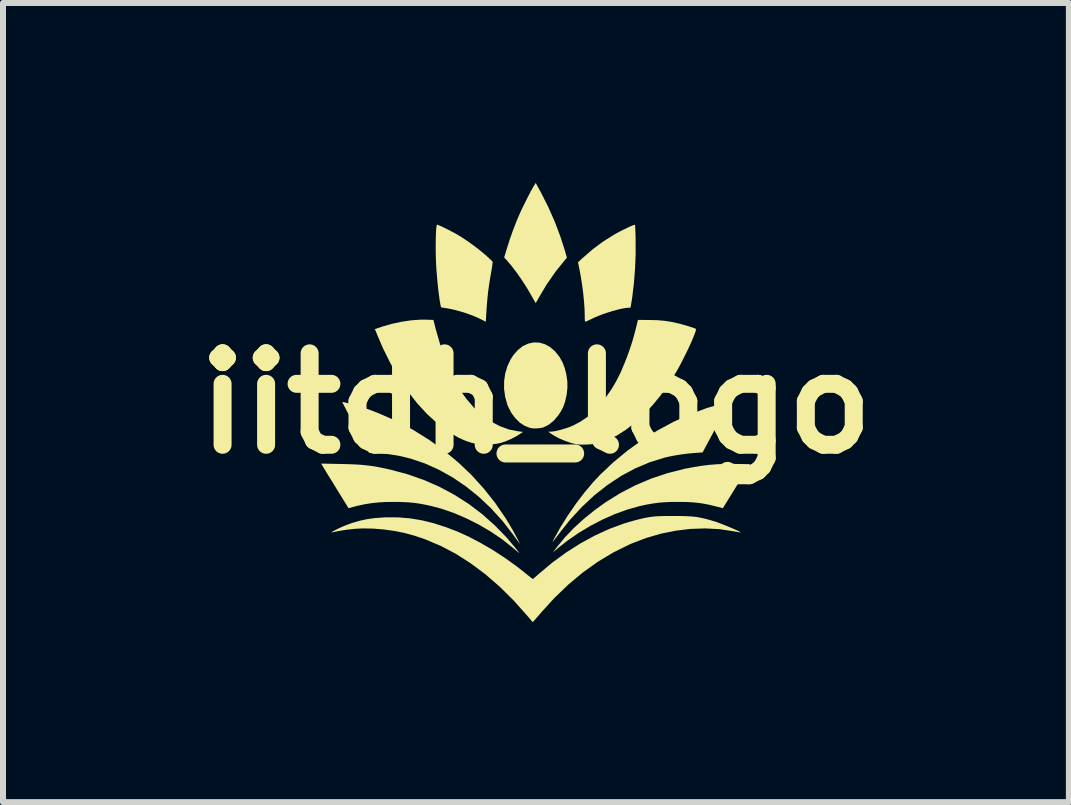
<source format=kicad_pcb>
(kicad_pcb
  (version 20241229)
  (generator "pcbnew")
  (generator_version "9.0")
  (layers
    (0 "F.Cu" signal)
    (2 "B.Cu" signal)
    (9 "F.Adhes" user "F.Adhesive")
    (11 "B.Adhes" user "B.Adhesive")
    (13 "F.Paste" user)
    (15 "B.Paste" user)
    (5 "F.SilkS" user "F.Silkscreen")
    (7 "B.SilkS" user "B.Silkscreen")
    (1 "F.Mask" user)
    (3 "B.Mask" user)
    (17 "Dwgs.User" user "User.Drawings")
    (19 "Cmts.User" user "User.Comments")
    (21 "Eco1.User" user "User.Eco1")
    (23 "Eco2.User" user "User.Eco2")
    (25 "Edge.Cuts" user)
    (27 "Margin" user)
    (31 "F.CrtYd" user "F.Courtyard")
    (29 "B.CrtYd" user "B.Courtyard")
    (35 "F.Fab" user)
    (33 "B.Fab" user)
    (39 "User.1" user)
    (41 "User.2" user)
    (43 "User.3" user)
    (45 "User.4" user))
  (footprint "iitdh_logo"
    (layer "F.Cu")
    (at 5.886 3.676)
    (property "Reference" "iitdh_logo" (at 0 0 0) (layer "F.SilkS") (effects (font (size 1.524 1.524) (thickness 0.3))))
    (attr board_only exclude_from_pos_files exclude_from_bom)
    (fp_poly (pts (xy 0.082 -3.518) (xy 0.203 -3.279) (xy 0.312 -3.033) (xy 0.406 -2.784) (xy 0.474 -2.574) (xy 0.516 -2.43) (xy 0.486 -2.395) (xy 0.325 -2.195) (xy 0.176 -1.98) (xy 0.059 -1.783) (xy 0.034 -1.738) (xy 0.013 -1.702) (xy -0.000155 -1.679) (xy -0.004 -1.673) (xy -0.011 -1.683) (xy -0.026 -1.71) (xy -0.049 -1.749) (xy -0.074 -1.794) (xy -0.151 -1.926) (xy -0.236 -2.058) (xy -0.324 -2.184) (xy -0.412 -2.299) (xy -0.495 -2.396) (xy -0.502 -2.403) (xy -0.53 -2.433) (xy -0.488 -2.573) (xy -0.439 -2.729) (xy -0.381 -2.892) (xy -0.319 -3.051) (xy -0.272 -3.161) (xy -0.237 -3.237) (xy -0.197 -3.319) (xy -0.155 -3.403) (xy -0.115 -3.482) (xy -0.078 -3.552) (xy -0.047 -3.608) (xy -0.036 -3.626) (xy -0.004 -3.676)) (stroke (width 0) (type solid)) (fill yes) (layer "F.SilkS"))
    (fp_poly (pts (xy 3.323 1.009) (xy 3.57 1.013) (xy 3.116 1.746) (xy 3 1.717) (xy 2.898 1.692) (xy 2.804 1.673) (xy 2.714 1.659) (xy 2.622 1.65) (xy 2.524 1.644) (xy 2.414 1.642) (xy 2.363 1.642) (xy 2.244 1.643) (xy 2.139 1.648) (xy 2.042 1.656) (xy 1.947 1.669) (xy 1.849 1.686) (xy 1.742 1.709) (xy 1.722 1.714) (xy 1.521 1.77) (xy 1.315 1.845) (xy 1.108 1.937) (xy 0.904 2.043) (xy 0.707 2.162) (xy 0.52 2.291) (xy 0.373 2.407) (xy 0.282 2.484) (xy 0.349 2.396) (xy 0.481 2.235) (xy 0.631 2.077) (xy 0.798 1.925) (xy 0.98 1.778) (xy 1.162 1.647) (xy 1.408 1.494) (xy 1.661 1.363) (xy 1.924 1.252) (xy 2.198 1.161) (xy 2.483 1.089) (xy 2.636 1.06) (xy 2.769 1.039) (xy 2.894 1.024) (xy 3.019 1.014) (xy 3.148 1.009) (xy 3.289 1.009)) (stroke (width 0) (type solid)) (fill yes) (layer "F.SilkS"))
    (fp_poly (pts (xy 0.054 -1.014) (xy 0.145 -0.989) (xy 0.232 -0.942) (xy 0.314 -0.873) (xy 0.387 -0.782) (xy 0.392 -0.775) (xy 0.442 -0.687) (xy 0.478 -0.595) (xy 0.505 -0.489) (xy 0.507 -0.476) (xy 0.523 -0.366) (xy 0.524 -0.263) (xy 0.513 -0.156) (xy 0.507 -0.125) (xy 0.485 -0.028) (xy 0.456 0.055) (xy 0.416 0.132) (xy 0.368 0.204) (xy 0.295 0.289) (xy 0.213 0.355) (xy 0.127 0.398) (xy 0.107 0.404) (xy 0.064 0.412) (xy 0.011 0.416) (xy -0.043 0.416) (xy -0.088 0.411) (xy -0.096 0.409) (xy -0.184 0.376) (xy -0.269 0.321) (xy -0.346 0.245) (xy -0.413 0.154) (xy -0.466 0.05) (xy -0.478 0.019) (xy -0.514 -0.11) (xy -0.532 -0.24) (xy -0.531 -0.37) (xy -0.513 -0.498) (xy -0.477 -0.619) (xy -0.424 -0.732) (xy -0.378 -0.804) (xy -0.302 -0.891) (xy -0.218 -0.956) (xy -0.129 -0.997) (xy -0.038 -1.017)) (stroke (width 0) (type solid)) (fill yes) (layer "F.SilkS"))
    (fp_poly (pts (xy 3.216 -0.011) (xy 3.201 0.019) (xy 3.177 0.065) (xy 3.145 0.126) (xy 3.107 0.199) (xy 3.064 0.281) (xy 3.016 0.371) (xy 3.001 0.4) (xy 2.778 0.817) (xy 2.645 0.826) (xy 2.536 0.836) (xy 2.424 0.85) (xy 2.314 0.868) (xy 2.212 0.888) (xy 2.143 0.904) (xy 1.896 0.981) (xy 1.654 1.083) (xy 1.42 1.209) (xy 1.193 1.359) (xy 0.974 1.531) (xy 0.765 1.726) (xy 0.566 1.942) (xy 0.378 2.179) (xy 0.374 2.185) (xy 0.332 2.241) (xy 0.303 2.279) (xy 0.285 2.301) (xy 0.278 2.308) (xy 0.279 2.3) (xy 0.29 2.279) (xy 0.292 2.275) (xy 0.403 2.073) (xy 0.53 1.87) (xy 0.667 1.671) (xy 0.811 1.482) (xy 0.958 1.308) (xy 1.074 1.185) (xy 1.295 0.977) (xy 1.529 0.784) (xy 1.776 0.607) (xy 2.034 0.446) (xy 2.299 0.304) (xy 2.571 0.181) (xy 2.846 0.078) (xy 3.118 -0.001) (xy 3.159 -0.011) (xy 3.193 -0.018) (xy 3.214 -0.022) (xy 3.221 -0.022)) (stroke (width 0) (type solid)) (fill yes) (layer "F.SilkS"))
    (fp_poly (pts (xy 1.653 -2.963) (xy 1.655 -2.927) (xy 1.657 -2.873) (xy 1.66 -2.805) (xy 1.661 -2.737) (xy 1.662 -2.495) (xy 1.652 -2.247) (xy 1.633 -2.003) (xy 1.605 -1.77) (xy 1.592 -1.69) (xy 1.576 -1.595) (xy 1.542 -1.595) (xy 1.494 -1.591) (xy 1.431 -1.58) (xy 1.358 -1.563) (xy 1.278 -1.541) (xy 1.195 -1.515) (xy 1.113 -1.487) (xy 1.035 -1.457) (xy 0.965 -1.427) (xy 0.961 -1.425) (xy 0.916 -1.403) (xy 0.877 -1.385) (xy 0.847 -1.371) (xy 0.83 -1.364) (xy 0.83 -1.363) (xy 0.822 -1.363) (xy 0.817 -1.372) (xy 0.814 -1.396) (xy 0.813 -1.44) (xy 0.813 -1.46) (xy 0.81 -1.571) (xy 0.801 -1.7) (xy 0.787 -1.839) (xy 0.768 -1.983) (xy 0.746 -2.123) (xy 0.724 -2.241) (xy 0.701 -2.353) (xy 0.783 -2.429) (xy 0.945 -2.569) (xy 1.112 -2.694) (xy 1.291 -2.807) (xy 1.317 -2.822) (xy 1.368 -2.85) (xy 1.423 -2.879) (xy 1.478 -2.906) (xy 1.53 -2.931) (xy 1.576 -2.953) (xy 1.614 -2.968) (xy 1.64 -2.977) (xy 1.651 -2.978)) (stroke (width 0) (type solid)) (fill yes) (layer "F.SilkS"))
    (fp_poly (pts (xy -1.71 -1.392) (xy -1.67 -1.235) (xy -1.592 -0.964) (xy -1.504 -0.714) (xy -1.405 -0.486) (xy -1.396 -0.468) (xy -1.345 -0.367) (xy -1.298 -0.281) (xy -1.251 -0.204) (xy -1.198 -0.128) (xy -1.154 -0.069) (xy -1.031 0.074) (xy -0.898 0.197) (xy -0.755 0.299) (xy -0.605 0.378) (xy -0.45 0.435) (xy -0.292 0.466) (xy -0.29 0.466) (xy -0.217 0.475) (xy -0.278 0.517) (xy -0.345 0.557) (xy -0.422 0.596) (xy -0.504 0.631) (xy -0.582 0.657) (xy -0.594 0.66) (xy -0.65 0.671) (xy -0.717 0.68) (xy -0.789 0.685) (xy -0.86 0.687) (xy -0.924 0.686) (xy -0.975 0.68) (xy -0.976 0.68) (xy -1.084 0.654) (xy -1.188 0.618) (xy -1.292 0.57) (xy -1.402 0.507) (xy -1.469 0.464) (xy -1.647 0.331) (xy -1.818 0.175) (xy -1.983 -0.005) (xy -2.14 -0.206) (xy -2.288 -0.427) (xy -2.426 -0.668) (xy -2.554 -0.927) (xy -2.644 -1.137) (xy -2.686 -1.24) (xy -2.565 -1.28) (xy -2.406 -1.326) (xy -2.244 -1.361) (xy -2.084 -1.385) (xy -1.931 -1.396) (xy -1.829 -1.396)) (stroke (width 0) (type solid)) (fill yes) (layer "F.SilkS"))
    (fp_poly (pts (xy -1.634 -2.976) (xy -1.604 -2.963) (xy -1.562 -2.945) (xy -1.513 -2.921) (xy -1.459 -2.894) (xy -1.404 -2.865) (xy -1.35 -2.837) (xy -1.335 -2.828) (xy -1.241 -2.772) (xy -1.141 -2.706) (xy -1.038 -2.632) (xy -0.937 -2.554) (xy -0.843 -2.476) (xy -0.76 -2.4) (xy -0.724 -2.365) (xy -0.723 -2.35) (xy -0.727 -2.315) (xy -0.734 -2.263) (xy -0.745 -2.201) (xy -0.749 -2.175) (xy -0.775 -2.022) (xy -0.796 -1.879) (xy -0.811 -1.734) (xy -0.824 -1.576) (xy -0.825 -1.547) (xy -0.837 -1.362) (xy -0.899 -1.394) (xy -0.999 -1.441) (xy -1.111 -1.485) (xy -1.23 -1.525) (xy -1.349 -1.558) (xy -1.462 -1.582) (xy -1.486 -1.586) (xy -1.583 -1.602) (xy -1.595 -1.659) (xy -1.606 -1.72) (xy -1.617 -1.802) (xy -1.629 -1.898) (xy -1.64 -2.004) (xy -1.65 -2.113) (xy -1.659 -2.22) (xy -1.665 -2.319) (xy -1.665 -2.322) (xy -1.669 -2.411) (xy -1.671 -2.505) (xy -1.672 -2.599) (xy -1.671 -2.69) (xy -1.67 -2.775) (xy -1.667 -2.85) (xy -1.663 -2.911) (xy -1.658 -2.955) (xy -1.653 -2.978) (xy -1.65 -2.981)) (stroke (width 0) (type solid)) (fill yes) (layer "F.SilkS"))
    (fp_poly (pts (xy -3.242 1.01) (xy -3.122 1.013) (xy -3.017 1.017) (xy -2.924 1.023) (xy -2.838 1.031) (xy -2.755 1.041) (xy -2.673 1.053) (xy -2.586 1.07) (xy -2.491 1.09) (xy -2.42 1.106) (xy -2.139 1.182) (xy -1.868 1.277) (xy -1.607 1.391) (xy -1.358 1.525) (xy -1.121 1.676) (xy -0.897 1.846) (xy -0.686 2.034) (xy -0.501 2.224) (xy -0.468 2.262) (xy -0.431 2.305) (xy -0.393 2.35) (xy -0.357 2.393) (xy -0.324 2.433) (xy -0.299 2.465) (xy -0.282 2.487) (xy -0.278 2.496) (xy -0.278 2.496) (xy -0.287 2.489) (xy -0.309 2.47) (xy -0.341 2.444) (xy -0.38 2.411) (xy -0.383 2.409) (xy -0.559 2.269) (xy -0.751 2.139) (xy -0.952 2.021) (xy -1.161 1.916) (xy -1.371 1.826) (xy -1.581 1.754) (xy -1.732 1.714) (xy -1.838 1.69) (xy -1.934 1.672) (xy -2.025 1.659) (xy -2.117 1.65) (xy -2.215 1.645) (xy -2.324 1.642) (xy -2.377 1.642) (xy -2.511 1.644) (xy -2.63 1.651) (xy -2.742 1.663) (xy -2.851 1.68) (xy -2.963 1.704) (xy -3.038 1.723) (xy -3.125 1.747) (xy -3.33 1.415) (xy -3.38 1.333) (xy -3.427 1.257) (xy -3.47 1.188) (xy -3.506 1.129) (xy -3.534 1.083) (xy -3.552 1.053) (xy -3.558 1.043) (xy -3.581 1.003)) (stroke (width 0) (type solid)) (fill yes) (layer "F.SilkS"))
    (fp_poly (pts (xy -3.219 -0.023) (xy -3.192 -0.018) (xy -3.153 -0.008) (xy -3.104 0.004) (xy -3.049 0.02) (xy -2.989 0.037) (xy -2.929 0.055) (xy -2.871 0.073) (xy -2.818 0.09) (xy -2.813 0.092) (xy -2.717 0.127) (xy -2.61 0.17) (xy -2.495 0.22) (xy -2.377 0.273) (xy -2.262 0.328) (xy -2.154 0.383) (xy -2.059 0.435) (xy -2.043 0.444) (xy -1.778 0.61) (xy -1.528 0.79) (xy -1.293 0.986) (xy -1.073 1.196) (xy -0.868 1.422) (xy -0.679 1.661) (xy -0.506 1.914) (xy -0.428 2.043) (xy -0.4 2.091) (xy -0.37 2.144) (xy -0.341 2.198) (xy -0.314 2.248) (xy -0.292 2.29) (xy -0.276 2.322) (xy -0.269 2.338) (xy -0.27 2.339) (xy -0.277 2.33) (xy -0.295 2.305) (xy -0.323 2.268) (xy -0.357 2.221) (xy -0.383 2.185) (xy -0.56 1.957) (xy -0.751 1.747) (xy -0.954 1.556) (xy -1.166 1.385) (xy -1.387 1.235) (xy -1.616 1.107) (xy -1.849 1.002) (xy -2.088 0.921) (xy -2.267 0.877) (xy -2.339 0.864) (xy -2.419 0.852) (xy -2.501 0.841) (xy -2.581 0.832) (xy -2.654 0.826) (xy -2.714 0.824) (xy -2.723 0.824) (xy -2.782 0.824) (xy -3.007 0.402) (xy -3.056 0.31) (xy -3.101 0.224) (xy -3.142 0.148) (xy -3.176 0.083) (xy -3.202 0.032) (xy -3.221 -0.004) (xy -3.229 -0.022) (xy -3.229 -0.023)) (stroke (width 0) (type solid)) (fill yes) (layer "F.SilkS"))
    (fp_poly (pts (xy 1.886 -1.391) (xy 2.02 -1.388) (xy 2.145 -1.377) (xy 2.268 -1.357) (xy 2.395 -1.329) (xy 2.532 -1.29) (xy 2.545 -1.286) (xy 2.589 -1.272) (xy 2.627 -1.259) (xy 2.654 -1.249) (xy 2.666 -1.243) (xy 2.668 -1.228) (xy 2.659 -1.195) (xy 2.641 -1.146) (xy 2.616 -1.084) (xy 2.585 -1.011) (xy 2.548 -0.931) (xy 2.507 -0.846) (xy 2.464 -0.759) (xy 2.42 -0.673) (xy 2.375 -0.589) (xy 2.331 -0.512) (xy 2.33 -0.51) (xy 2.208 -0.315) (xy 2.078 -0.133) (xy 1.939 0.035) (xy 1.795 0.188) (xy 1.648 0.323) (xy 1.498 0.44) (xy 1.347 0.536) (xy 1.198 0.61) (xy 1.053 0.66) (xy 1.052 0.66) (xy 0.996 0.671) (xy 0.929 0.68) (xy 0.857 0.685) (xy 0.785 0.687) (xy 0.721 0.686) (xy 0.67 0.68) (xy 0.577 0.657) (xy 0.48 0.623) (xy 0.385 0.582) (xy 0.298 0.535) (xy 0.244 0.5) (xy 0.206 0.472) (xy 0.245 0.471) (xy 0.289 0.467) (xy 0.346 0.456) (xy 0.41 0.441) (xy 0.477 0.421) (xy 0.542 0.4) (xy 0.599 0.377) (xy 0.609 0.373) (xy 0.74 0.305) (xy 0.859 0.224) (xy 0.97 0.127) (xy 1.077 0.011) (xy 1.172 -0.111) (xy 1.261 -0.24) (xy 1.34 -0.374) (xy 1.412 -0.518) (xy 1.48 -0.679) (xy 1.515 -0.768) (xy 1.552 -0.87) (xy 1.582 -0.957) (xy 1.607 -1.036) (xy 1.63 -1.116) (xy 1.654 -1.204) (xy 1.665 -1.248) (xy 1.7 -1.392)) (stroke (width 0) (type solid)) (fill yes) (layer "F.SilkS"))
    (fp_poly (pts (xy 2.296 1.877) (xy 2.402 1.877) (xy 2.492 1.879) (xy 2.57 1.883) (xy 2.64 1.889) (xy 2.706 1.898) (xy 2.77 1.911) (xy 2.838 1.927) (xy 2.912 1.947) (xy 2.98 1.968) (xy 3.016 1.979) (xy 3.06 1.996) (xy 3.112 2.016) (xy 3.167 2.038) (xy 3.223 2.061) (xy 3.277 2.084) (xy 3.325 2.105) (xy 3.366 2.124) (xy 3.396 2.139) (xy 3.412 2.148) (xy 3.414 2.151) (xy 3.403 2.15) (xy 3.378 2.147) (xy 3.341 2.14) (xy 3.297 2.132) (xy 3.29 2.131) (xy 3.059 2.096) (xy 2.82 2.084) (xy 2.576 2.092) (xy 2.329 2.122) (xy 2.082 2.172) (xy 1.838 2.243) (xy 1.6 2.334) (xy 1.564 2.349) (xy 1.296 2.481) (xy 1.036 2.637) (xy 0.784 2.816) (xy 0.541 3.019) (xy 0.306 3.245) (xy 0.107 3.463) (xy 0.066 3.51) (xy 0.029 3.553) (xy -0.002 3.589) (xy -0.024 3.613) (xy -0.028 3.618) (xy -0.054 3.647) (xy -0.14 3.546) (xy -0.37 3.288) (xy -0.604 3.056) (xy -0.844 2.848) (xy -1.088 2.666) (xy -1.337 2.507) (xy -1.592 2.373) (xy -1.854 2.263) (xy -2.033 2.203) (xy -2.196 2.159) (xy -2.367 2.125) (xy -2.542 2.101) (xy -2.715 2.087) (xy -2.88 2.084) (xy -3.01 2.09) (xy -3.158 2.106) (xy -3.294 2.128) (xy -3.401 2.15) (xy -3.41 2.151) (xy -3.403 2.144) (xy -3.383 2.132) (xy -3.354 2.116) (xy -3.317 2.097) (xy -3.276 2.077) (xy -3.233 2.058) (xy -3.192 2.04) (xy -3.188 2.038) (xy -3.062 1.992) (xy -2.941 1.957) (xy -2.819 1.93) (xy -2.691 1.912) (xy -2.551 1.902) (xy -2.5 1.899) (xy -2.299 1.9) (xy -2.103 1.916) (xy -1.906 1.948) (xy -1.706 1.997) (xy -1.499 2.064) (xy -1.32 2.132) (xy -1.127 2.219) (xy -0.926 2.324) (xy -0.723 2.442) (xy -0.523 2.572) (xy -0.33 2.71) (xy -0.193 2.817) (xy -0.148 2.854) (xy -0.108 2.886) (xy -0.077 2.91) (xy -0.058 2.925) (xy -0.053 2.928) (xy -0.044 2.921) (xy -0.022 2.903) (xy 0.01 2.875) (xy 0.049 2.841) (xy 0.059 2.832) (xy 0.277 2.65) (xy 0.506 2.483) (xy 0.743 2.333) (xy 0.985 2.201) (xy 1.229 2.09) (xy 1.471 2.001) (xy 1.583 1.968) (xy 1.672 1.943) (xy 1.749 1.924) (xy 1.818 1.908) (xy 1.882 1.897) (xy 1.946 1.888) (xy 2.013 1.882) (xy 2.087 1.879) (xy 2.171 1.877) (xy 2.27 1.877)) (stroke (width 0) (type solid)) (fill yes) (layer "F.SilkS")))
  (gr_rect
    (start -3 -3)
    (end 14.771 10.324)
    (stroke (width 0.1) (type default))
    (fill no)
    (layer "Edge.Cuts")))
</source>
